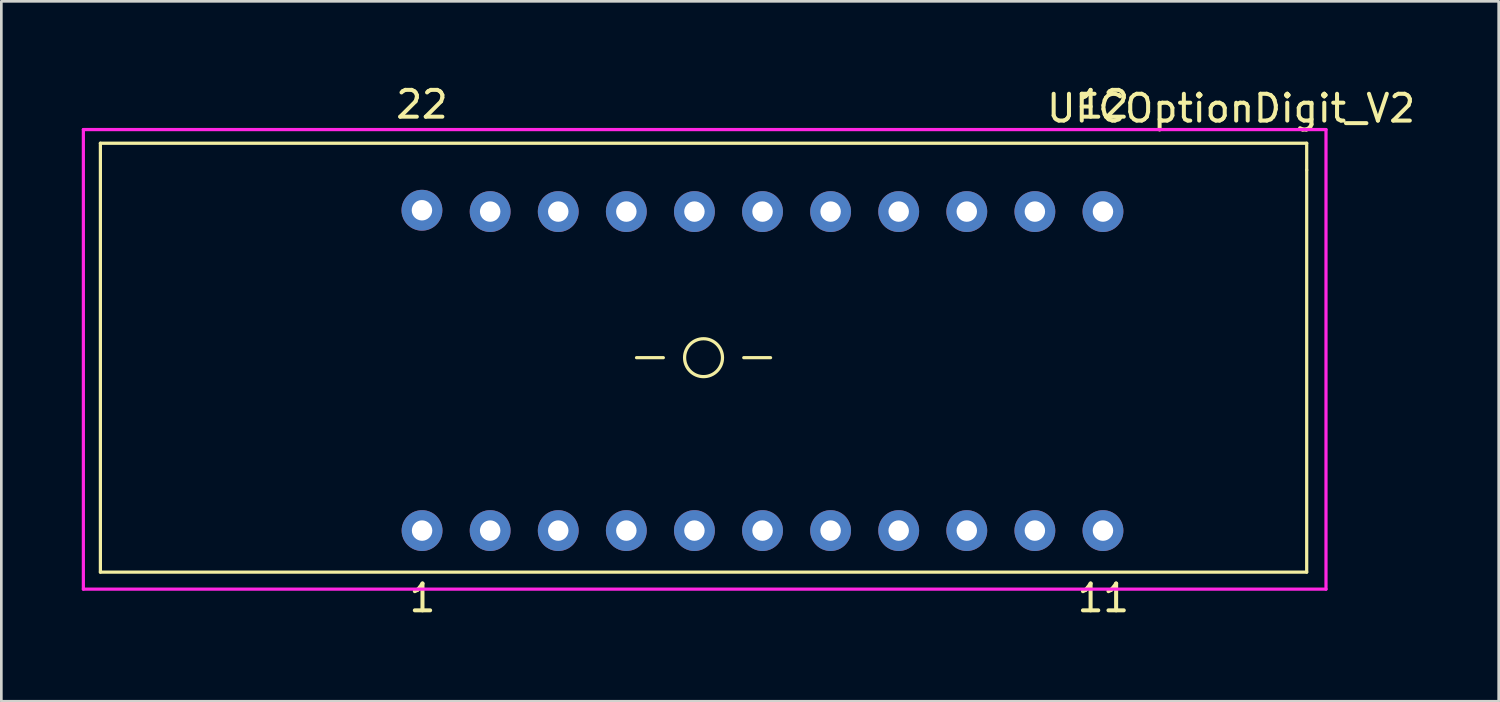
<source format=kicad_pcb>
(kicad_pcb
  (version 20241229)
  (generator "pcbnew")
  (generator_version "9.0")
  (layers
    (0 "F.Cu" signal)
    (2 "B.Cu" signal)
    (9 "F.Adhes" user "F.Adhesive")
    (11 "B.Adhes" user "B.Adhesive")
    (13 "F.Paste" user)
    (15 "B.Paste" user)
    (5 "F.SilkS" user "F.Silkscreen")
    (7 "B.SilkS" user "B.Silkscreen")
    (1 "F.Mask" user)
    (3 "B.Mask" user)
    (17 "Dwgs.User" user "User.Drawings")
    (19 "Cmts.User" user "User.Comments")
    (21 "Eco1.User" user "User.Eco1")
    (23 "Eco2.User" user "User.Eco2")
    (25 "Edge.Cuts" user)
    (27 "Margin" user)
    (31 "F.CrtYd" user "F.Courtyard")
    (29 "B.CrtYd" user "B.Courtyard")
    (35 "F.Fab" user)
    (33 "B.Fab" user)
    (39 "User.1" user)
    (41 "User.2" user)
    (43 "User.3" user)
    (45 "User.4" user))
  (footprint "UFCOptionDigit_V2"
    (layer "F.Cu")
    (at 23.19 10.293)
    (property "Reference" "UFCOptionDigit_V2" (at 19.685 -9.3 0) (layer "F.SilkS") (effects (font (size 1 1) (thickness 0.15))))
    (attr through_hole)
    (fp_line (start -22.495 -8) (end -22.495 8) (stroke (width 0.12) (type solid)) (layer "F.SilkS"))
    (fp_line (start -22.495 8) (end 22.505 8) (stroke (width 0.12) (type solid)) (layer "F.SilkS"))
    (fp_line (start -1.495 0) (end -2.495 0) (stroke (width 0.12) (type solid)) (layer "F.SilkS"))
    (fp_line (start 1.505 0) (end 2.505 0) (stroke (width 0.12) (type solid)) (layer "F.SilkS"))
    (fp_line (start 22.505 -8) (end -22.495 -8) (stroke (width 0.12) (type solid)) (layer "F.SilkS"))
    (fp_line (start 22.505 -7) (end 22.505 -8) (stroke (width 0.12) (type solid)) (layer "F.SilkS"))
    (fp_line (start 22.505 8) (end 22.505 -7) (stroke (width 0.12) (type solid)) (layer "F.SilkS"))
    (fp_circle (center 0.005 0) (end 0.712 0) (stroke (width 0.12) (type solid)) (fill no) (layer "F.SilkS"))
    (fp_line (start -22.498 -8.004) (end -22.498 7.996) (stroke (width 0.05) (type solid)) (layer "Eco1.User"))
    (fp_line (start -22.498 -8.004) (end -22.498 7.996) (stroke (width 0.05) (type solid)) (layer "Eco1.User"))
    (fp_line (start -22.498 -8.004) (end 22.502 -8.004) (stroke (width 0.05) (type solid)) (layer "Eco1.User"))
    (fp_line (start -22.498 7.996) (end -22.498 -8.004) (stroke (width 0.05) (type solid)) (layer "Eco1.User"))
    (fp_line (start -22.498 7.996) (end 22.502 7.996) (stroke (width 0.05) (type solid)) (layer "Eco1.User"))
    (fp_line (start -22.498 7.996) (end 22.502 7.996) (stroke (width 0.05) (type solid)) (layer "Eco1.User"))
    (fp_line (start 22.502 -8.004) (end -22.498 -8.004) (stroke (width 0.05) (type solid)) (layer "Eco1.User"))
    (fp_line (start 22.502 -8.004) (end -22.498 -8.004) (stroke (width 0.05) (type solid)) (layer "Eco1.User"))
    (fp_line (start 22.502 -8.004) (end 22.502 7.996) (stroke (width 0.05) (type solid)) (layer "Eco1.User"))
    (fp_line (start 22.502 7.996) (end -22.498 7.996) (stroke (width 0.05) (type solid)) (layer "Eco1.User"))
    (fp_line (start 22.502 7.996) (end 22.502 -8.004) (stroke (width 0.05) (type solid)) (layer "Eco1.User"))
    (fp_line (start 22.502 7.996) (end 22.502 -8.004) (stroke (width 0.05) (type solid)) (layer "Eco1.User"))
    (fp_circle (center -20.256 1.058) (end -20.656 1.058) (stroke (width 0.05) (type solid)) (fill no) (layer "Eco1.User"))
    (fp_circle (center -20.256 1.058) (end -20.656 1.058) (stroke (width 0.05) (type solid)) (fill no) (layer "Eco1.User"))
    (fp_circle (center -20.252 -0.965) (end -20.652 -0.965) (stroke (width 0.05) (type solid)) (fill no) (layer "Eco1.User"))
    (fp_circle (center -20.252 -0.965) (end -20.652 -0.965) (stroke (width 0.05) (type solid)) (fill no) (layer "Eco1.User"))
    (fp_circle (center -20.252 2.435) (end -20.652 2.435) (stroke (width 0.05) (type solid)) (fill no) (layer "Eco1.User"))
    (fp_circle (center -20.252 2.435) (end -20.652 2.435) (stroke (width 0.05) (type solid)) (fill no) (layer "Eco1.User"))
    (fp_circle (center -20.252 3.635) (end -20.652 3.635) (stroke (width 0.05) (type solid)) (fill no) (layer "Eco1.User"))
    (fp_circle (center -20.252 3.635) (end -20.652 3.635) (stroke (width 0.05) (type solid)) (fill no) (layer "Eco1.User"))
    (fp_circle (center -20.251 -2.262) (end -20.651 -2.262) (stroke (width 0.05) (type solid)) (fill no) (layer "Eco1.User"))
    (fp_circle (center -20.251 -2.262) (end -20.651 -2.262) (stroke (width 0.05) (type solid)) (fill no) (layer "Eco1.User"))
    (fp_circle (center -20.236 -3.575) (end -20.636 -3.575) (stroke (width 0.05) (type solid)) (fill no) (layer "Eco1.User"))
    (fp_circle (center -20.236 -3.575) (end -20.636 -3.575) (stroke (width 0.05) (type solid)) (fill no) (layer "Eco1.User"))
    (fp_circle (center -17.956 1.058) (end -18.356 1.058) (stroke (width 0.05) (type solid)) (fill no) (layer "Eco1.User"))
    (fp_circle (center -17.956 1.058) (end -18.356 1.058) (stroke (width 0.05) (type solid)) (fill no) (layer "Eco1.User"))
    (fp_circle (center -17.952 -0.965) (end -18.352 -0.965) (stroke (width 0.05) (type solid)) (fill no) (layer "Eco1.User"))
    (fp_circle (center -17.952 -0.965) (end -18.352 -0.965) (stroke (width 0.05) (type solid)) (fill no) (layer "Eco1.User"))
    (fp_circle (center -17.952 2.435) (end -18.352 2.435) (stroke (width 0.05) (type solid)) (fill no) (layer "Eco1.User"))
    (fp_circle (center -17.952 2.435) (end -18.352 2.435) (stroke (width 0.05) (type solid)) (fill no) (layer "Eco1.User"))
    (fp_circle (center -17.952 3.635) (end -18.352 3.635) (stroke (width 0.05) (type solid)) (fill no) (layer "Eco1.User"))
    (fp_circle (center -17.952 3.635) (end -18.352 3.635) (stroke (width 0.05) (type solid)) (fill no) (layer "Eco1.User"))
    (fp_circle (center -17.951 -2.262) (end -18.351 -2.262) (stroke (width 0.05) (type solid)) (fill no) (layer "Eco1.User"))
    (fp_circle (center -17.951 -2.262) (end -18.351 -2.262) (stroke (width 0.05) (type solid)) (fill no) (layer "Eco1.User"))
    (fp_circle (center -17.936 -3.575) (end -18.336 -3.575) (stroke (width 0.05) (type solid)) (fill no) (layer "Eco1.User"))
    (fp_circle (center -17.936 -3.575) (end -18.336 -3.575) (stroke (width 0.05) (type solid)) (fill no) (layer "Eco1.User"))
    (fp_circle (center -16.987 4.725) (end -17.387 4.725) (stroke (width 0.05) (type solid)) (fill no) (layer "Eco1.User"))
    (fp_circle (center -16.987 4.725) (end -17.387 4.725) (stroke (width 0.05) (type solid)) (fill no) (layer "Eco1.User"))
    (fp_circle (center -16.981 -4.616) (end -17.381 -4.616) (stroke (width 0.05) (type solid)) (fill no) (layer "Eco1.User"))
    (fp_circle (center -16.981 -4.616) (end -17.381 -4.616) (stroke (width 0.05) (type solid)) (fill no) (layer "Eco1.User"))
    (fp_circle (center -16.969 -0.003) (end -17.369 -0.003) (stroke (width 0.05) (type solid)) (fill no) (layer "Eco1.User"))
    (fp_circle (center -16.969 -0.003) (end -17.369 -0.003) (stroke (width 0.05) (type solid)) (fill no) (layer "Eco1.User"))
    (fp_circle (center -16.416 2.801) (end -16.816 2.801) (stroke (width 0.05) (type solid)) (fill no) (layer "Eco1.User"))
    (fp_circle (center -16.416 2.801) (end -16.816 2.801) (stroke (width 0.05) (type solid)) (fill no) (layer "Eco1.User"))
    (fp_circle (center -16.394 -2.705) (end -16.794 -2.705) (stroke (width 0.05) (type solid)) (fill no) (layer "Eco1.User"))
    (fp_circle (center -16.394 -2.705) (end -16.794 -2.705) (stroke (width 0.05) (type solid)) (fill no) (layer "Eco1.User"))
    (fp_circle (center -16.022 0.004) (end -16.422 0.004) (stroke (width 0.05) (type solid)) (fill no) (layer "Eco1.User"))
    (fp_circle (center -16.022 0.004) (end -16.422 0.004) (stroke (width 0.05) (type solid)) (fill no) (layer "Eco1.User"))
    (fp_circle (center -16.019 -4.632) (end -16.419 -4.632) (stroke (width 0.05) (type solid)) (fill no) (layer "Eco1.User"))
    (fp_circle (center -16.019 -4.632) (end -16.419 -4.632) (stroke (width 0.05) (type solid)) (fill no) (layer "Eco1.User"))
    (fp_circle (center -16.016 4.719) (end -16.416 4.719) (stroke (width 0.05) (type solid)) (fill no) (layer "Eco1.User"))
    (fp_circle (center -16.016 4.719) (end -16.416 4.719) (stroke (width 0.05) (type solid)) (fill no) (layer "Eco1.User"))
    (fp_circle (center -15.601 -1.883) (end -16.001 -1.883) (stroke (width 0.05) (type solid)) (fill no) (layer "Eco1.User"))
    (fp_circle (center -15.601 -1.883) (end -16.001 -1.883) (stroke (width 0.05) (type solid)) (fill no) (layer "Eco1.User"))
    (fp_circle (center -15.575 1.91) (end -15.975 1.91) (stroke (width 0.05) (type solid)) (fill no) (layer "Eco1.User"))
    (fp_circle (center -15.575 1.91) (end -15.975 1.91) (stroke (width 0.05) (type solid)) (fill no) (layer "Eco1.User"))
    (fp_circle (center -15.061 0.009) (end -15.461 0.009) (stroke (width 0.05) (type solid)) (fill no) (layer "Eco1.User"))
    (fp_circle (center -15.061 0.009) (end -15.461 0.009) (stroke (width 0.05) (type solid)) (fill no) (layer "Eco1.User"))
    (fp_circle (center -15.021 4.759) (end -15.421 4.759) (stroke (width 0.05) (type solid)) (fill no) (layer "Eco1.User"))
    (fp_circle (center -15.021 4.759) (end -15.421 4.759) (stroke (width 0.05) (type solid)) (fill no) (layer "Eco1.User"))
    (fp_circle (center -14.945 -4.637) (end -15.345 -4.637) (stroke (width 0.05) (type solid)) (fill no) (layer "Eco1.User"))
    (fp_circle (center -14.945 -4.637) (end -15.345 -4.637) (stroke (width 0.05) (type solid)) (fill no) (layer "Eco1.User"))
    (fp_circle (center -14.032 1.136) (end -14.432 1.136) (stroke (width 0.05) (type solid)) (fill no) (layer "Eco1.User"))
    (fp_circle (center -14.032 1.136) (end -14.432 1.136) (stroke (width 0.05) (type solid)) (fill no) (layer "Eco1.User"))
    (fp_circle (center -14.032 2.336) (end -14.432 2.336) (stroke (width 0.05) (type solid)) (fill no) (layer "Eco1.User"))
    (fp_circle (center -14.032 2.336) (end -14.432 2.336) (stroke (width 0.05) (type solid)) (fill no) (layer "Eco1.User"))
    (fp_circle (center -14.032 3.536) (end -14.432 3.536) (stroke (width 0.05) (type solid)) (fill no) (layer "Eco1.User"))
    (fp_circle (center -14.032 3.536) (end -14.432 3.536) (stroke (width 0.05) (type solid)) (fill no) (layer "Eco1.User"))
    (fp_circle (center -14 -3.531) (end -14.4 -3.531) (stroke (width 0.05) (type solid)) (fill no) (layer "Eco1.User"))
    (fp_circle (center -14 -3.531) (end -14.4 -3.531) (stroke (width 0.05) (type solid)) (fill no) (layer "Eco1.User"))
    (fp_circle (center -14 -2.331) (end -14.4 -2.331) (stroke (width 0.05) (type solid)) (fill no) (layer "Eco1.User"))
    (fp_circle (center -14 -2.331) (end -14.4 -2.331) (stroke (width 0.05) (type solid)) (fill no) (layer "Eco1.User"))
    (fp_circle (center -14 -1.131) (end -14.4 -1.131) (stroke (width 0.05) (type solid)) (fill no) (layer "Eco1.User"))
    (fp_circle (center -14 -1.131) (end -14.4 -1.131) (stroke (width 0.05) (type solid)) (fill no) (layer "Eco1.User"))
    (fp_circle (center -13.165 4.733) (end -13.565 4.733) (stroke (width 0.05) (type solid)) (fill no) (layer "Eco1.User"))
    (fp_circle (center -13.165 4.733) (end -13.565 4.733) (stroke (width 0.05) (type solid)) (fill no) (layer "Eco1.User"))
    (fp_circle (center -13.092 -4.652) (end -13.492 -4.652) (stroke (width 0.05) (type solid)) (fill no) (layer "Eco1.User"))
    (fp_circle (center -13.092 -4.652) (end -13.492 -4.652) (stroke (width 0.05) (type solid)) (fill no) (layer "Eco1.User"))
    (fp_circle (center -12.987 0.01) (end -13.387 0.01) (stroke (width 0.05) (type solid)) (fill no) (layer "Eco1.User"))
    (fp_circle (center -12.987 0.01) (end -13.387 0.01) (stroke (width 0.05) (type solid)) (fill no) (layer "Eco1.User"))
    (fp_circle (center -12.535 1.876) (end -12.935 1.876) (stroke (width 0.05) (type solid)) (fill no) (layer "Eco1.User"))
    (fp_circle (center -12.535 1.876) (end -12.935 1.876) (stroke (width 0.05) (type solid)) (fill no) (layer "Eco1.User"))
    (fp_circle (center -12.497 -1.814) (end -12.897 -1.814) (stroke (width 0.05) (type solid)) (fill no) (layer "Eco1.User"))
    (fp_circle (center -12.497 -1.814) (end -12.897 -1.814) (stroke (width 0.05) (type solid)) (fill no) (layer "Eco1.User"))
    (fp_circle (center -12.198 4.733) (end -12.598 4.733) (stroke (width 0.05) (type solid)) (fill no) (layer "Eco1.User"))
    (fp_circle (center -12.198 4.733) (end -12.598 4.733) (stroke (width 0.05) (type solid)) (fill no) (layer "Eco1.User"))
    (fp_circle (center -12.083 0.005) (end -12.483 0.005) (stroke (width 0.05) (type solid)) (fill no) (layer "Eco1.User"))
    (fp_circle (center -12.083 0.005) (end -12.483 0.005) (stroke (width 0.05) (type solid)) (fill no) (layer "Eco1.User"))
    (fp_circle (center -12.04 -4.617) (end -12.44 -4.617) (stroke (width 0.05) (type solid)) (fill no) (layer "Eco1.User"))
    (fp_circle (center -12.04 -4.617) (end -12.44 -4.617) (stroke (width 0.05) (type solid)) (fill no) (layer "Eco1.User"))
    (fp_circle (center -11.686 2.725) (end -12.086 2.725) (stroke (width 0.05) (type solid)) (fill no) (layer "Eco1.User"))
    (fp_circle (center -11.686 2.725) (end -12.086 2.725) (stroke (width 0.05) (type solid)) (fill no) (layer "Eco1.User"))
    (fp_circle (center -11.648 -2.663) (end -12.048 -2.663) (stroke (width 0.05) (type solid)) (fill no) (layer "Eco1.User"))
    (fp_circle (center -11.648 -2.663) (end -12.048 -2.663) (stroke (width 0.05) (type solid)) (fill no) (layer "Eco1.User"))
    (fp_circle (center -11.164 -0.005) (end -11.564 -0.005) (stroke (width 0.05) (type solid)) (fill no) (layer "Eco1.User"))
    (fp_circle (center -11.164 -0.005) (end -11.564 -0.005) (stroke (width 0.05) (type solid)) (fill no) (layer "Eco1.User"))
    (fp_circle (center -11.105 -4.643) (end -11.505 -4.643) (stroke (width 0.05) (type solid)) (fill no) (layer "Eco1.User"))
    (fp_circle (center -11.105 -4.643) (end -11.505 -4.643) (stroke (width 0.05) (type solid)) (fill no) (layer "Eco1.User"))
    (fp_circle (center -10.998 4.733) (end -11.398 4.733) (stroke (width 0.05) (type solid)) (fill no) (layer "Eco1.User"))
    (fp_circle (center -10.998 4.733) (end -11.398 4.733) (stroke (width 0.05) (type solid)) (fill no) (layer "Eco1.User"))
    (fp_circle (center -10.172 -2.258) (end -10.572 -2.258) (stroke (width 0.05) (type solid)) (fill no) (layer "Eco1.User"))
    (fp_circle (center -10.172 -2.258) (end -10.572 -2.258) (stroke (width 0.05) (type solid)) (fill no) (layer "Eco1.User"))
    (fp_circle (center -10.143 2.359) (end -10.543 2.359) (stroke (width 0.05) (type solid)) (fill no) (layer "Eco1.User"))
    (fp_circle (center -10.143 2.359) (end -10.543 2.359) (stroke (width 0.05) (type solid)) (fill no) (layer "Eco1.User"))
    (fp_circle (center -10.142 3.625) (end -10.542 3.625) (stroke (width 0.05) (type solid)) (fill no) (layer "Eco1.User"))
    (fp_circle (center -10.142 3.625) (end -10.542 3.625) (stroke (width 0.05) (type solid)) (fill no) (layer "Eco1.User"))
    (fp_circle (center -10.141 -0.969) (end -10.541 -0.969) (stroke (width 0.05) (type solid)) (fill no) (layer "Eco1.User"))
    (fp_circle (center -10.141 -0.969) (end -10.541 -0.969) (stroke (width 0.05) (type solid)) (fill no) (layer "Eco1.User"))
    (fp_circle (center -10.115 -3.594) (end -10.515 -3.594) (stroke (width 0.05) (type solid)) (fill no) (layer "Eco1.User"))
    (fp_circle (center -10.115 -3.594) (end -10.515 -3.594) (stroke (width 0.05) (type solid)) (fill no) (layer "Eco1.User"))
    (fp_circle (center -10.115 1.006) (end -10.515 1.006) (stroke (width 0.05) (type solid)) (fill no) (layer "Eco1.User"))
    (fp_circle (center -10.115 1.006) (end -10.515 1.006) (stroke (width 0.05) (type solid)) (fill no) (layer "Eco1.User"))
    (fp_circle (center -7.956 1.058) (end -8.356 1.058) (stroke (width 0.05) (type solid)) (fill no) (layer "Eco1.User"))
    (fp_circle (center -7.956 1.058) (end -8.356 1.058) (stroke (width 0.05) (type solid)) (fill no) (layer "Eco1.User"))
    (fp_circle (center -7.952 -0.965) (end -8.352 -0.965) (stroke (width 0.05) (type solid)) (fill no) (layer "Eco1.User"))
    (fp_circle (center -7.952 -0.965) (end -8.352 -0.965) (stroke (width 0.05) (type solid)) (fill no) (layer "Eco1.User"))
    (fp_circle (center -7.952 2.435) (end -8.352 2.435) (stroke (width 0.05) (type solid)) (fill no) (layer "Eco1.User"))
    (fp_circle (center -7.952 2.435) (end -8.352 2.435) (stroke (width 0.05) (type solid)) (fill no) (layer "Eco1.User"))
    (fp_circle (center -7.952 3.635) (end -8.352 3.635) (stroke (width 0.05) (type solid)) (fill no) (layer "Eco1.User"))
    (fp_circle (center -7.952 3.635) (end -8.352 3.635) (stroke (width 0.05) (type solid)) (fill no) (layer "Eco1.User"))
    (fp_circle (center -7.951 -2.262) (end -8.351 -2.262) (stroke (width 0.05) (type solid)) (fill no) (layer "Eco1.User"))
    (fp_circle (center -7.951 -2.262) (end -8.351 -2.262) (stroke (width 0.05) (type solid)) (fill no) (layer "Eco1.User"))
    (fp_circle (center -7.936 -3.575) (end -8.336 -3.575) (stroke (width 0.05) (type solid)) (fill no) (layer "Eco1.User"))
    (fp_circle (center -7.936 -3.575) (end -8.336 -3.575) (stroke (width 0.05) (type solid)) (fill no) (layer "Eco1.User"))
    (fp_circle (center -6.987 4.725) (end -7.387 4.725) (stroke (width 0.05) (type solid)) (fill no) (layer "Eco1.User"))
    (fp_circle (center -6.987 4.725) (end -7.387 4.725) (stroke (width 0.05) (type solid)) (fill no) (layer "Eco1.User"))
    (fp_circle (center -6.981 -4.616) (end -7.381 -4.616) (stroke (width 0.05) (type solid)) (fill no) (layer "Eco1.User"))
    (fp_circle (center -6.981 -4.616) (end -7.381 -4.616) (stroke (width 0.05) (type solid)) (fill no) (layer "Eco1.User"))
    (fp_circle (center -6.969 -0.003) (end -7.369 -0.003) (stroke (width 0.05) (type solid)) (fill no) (layer "Eco1.User"))
    (fp_circle (center -6.969 -0.003) (end -7.369 -0.003) (stroke (width 0.05) (type solid)) (fill no) (layer "Eco1.User"))
    (fp_circle (center -6.416 2.801) (end -6.816 2.801) (stroke (width 0.05) (type solid)) (fill no) (layer "Eco1.User"))
    (fp_circle (center -6.416 2.801) (end -6.816 2.801) (stroke (width 0.05) (type solid)) (fill no) (layer "Eco1.User"))
    (fp_circle (center -6.394 -2.705) (end -6.794 -2.705) (stroke (width 0.05) (type solid)) (fill no) (layer "Eco1.User"))
    (fp_circle (center -6.394 -2.705) (end -6.794 -2.705) (stroke (width 0.05) (type solid)) (fill no) (layer "Eco1.User"))
    (fp_circle (center -6.022 0.004) (end -6.422 0.004) (stroke (width 0.05) (type solid)) (fill no) (layer "Eco1.User"))
    (fp_circle (center -6.022 0.004) (end -6.422 0.004) (stroke (width 0.05) (type solid)) (fill no) (layer "Eco1.User"))
    (fp_circle (center -6.019 -4.632) (end -6.419 -4.632) (stroke (width 0.05) (type solid)) (fill no) (layer "Eco1.User"))
    (fp_circle (center -6.019 -4.632) (end -6.419 -4.632) (stroke (width 0.05) (type solid)) (fill no) (layer "Eco1.User"))
    (fp_circle (center -6.016 4.719) (end -6.416 4.719) (stroke (width 0.05) (type solid)) (fill no) (layer "Eco1.User"))
    (fp_circle (center -6.016 4.719) (end -6.416 4.719) (stroke (width 0.05) (type solid)) (fill no) (layer "Eco1.User"))
    (fp_circle (center -5.601 -1.883) (end -6.001 -1.883) (stroke (width 0.05) (type solid)) (fill no) (layer "Eco1.User"))
    (fp_circle (center -5.601 -1.883) (end -6.001 -1.883) (stroke (width 0.05) (type solid)) (fill no) (layer "Eco1.User"))
    (fp_circle (center -5.575 1.91) (end -5.975 1.91) (stroke (width 0.05) (type solid)) (fill no) (layer "Eco1.User"))
    (fp_circle (center -5.575 1.91) (end -5.975 1.91) (stroke (width 0.05) (type solid)) (fill no) (layer "Eco1.User"))
    (fp_circle (center -5.061 0.009) (end -5.461 0.009) (stroke (width 0.05) (type solid)) (fill no) (layer "Eco1.User"))
    (fp_circle (center -5.061 0.009) (end -5.461 0.009) (stroke (width 0.05) (type solid)) (fill no) (layer "Eco1.User"))
    (fp_circle (center -5.021 4.759) (end -5.421 4.759) (stroke (width 0.05) (type solid)) (fill no) (layer "Eco1.User"))
    (fp_circle (center -5.021 4.759) (end -5.421 4.759) (stroke (width 0.05) (type solid)) (fill no) (layer "Eco1.User"))
    (fp_circle (center -4.945 -4.637) (end -5.345 -4.637) (stroke (width 0.05) (type solid)) (fill no) (layer "Eco1.User"))
    (fp_circle (center -4.945 -4.637) (end -5.345 -4.637) (stroke (width 0.05) (type solid)) (fill no) (layer "Eco1.User"))
    (fp_circle (center -4.032 1.136) (end -4.432 1.136) (stroke (width 0.05) (type solid)) (fill no) (layer "Eco1.User"))
    (fp_circle (center -4.032 1.136) (end -4.432 1.136) (stroke (width 0.05) (type solid)) (fill no) (layer "Eco1.User"))
    (fp_circle (center -4.032 2.336) (end -4.432 2.336) (stroke (width 0.05) (type solid)) (fill no) (layer "Eco1.User"))
    (fp_circle (center -4.032 2.336) (end -4.432 2.336) (stroke (width 0.05) (type solid)) (fill no) (layer "Eco1.User"))
    (fp_circle (center -4.032 3.536) (end -4.432 3.536) (stroke (width 0.05) (type solid)) (fill no) (layer "Eco1.User"))
    (fp_circle (center -4.032 3.536) (end -4.432 3.536) (stroke (width 0.05) (type solid)) (fill no) (layer "Eco1.User"))
    (fp_circle (center -4 -3.531) (end -4.4 -3.531) (stroke (width 0.05) (type solid)) (fill no) (layer "Eco1.User"))
    (fp_circle (center -4 -3.531) (end -4.4 -3.531) (stroke (width 0.05) (type solid)) (fill no) (layer "Eco1.User"))
    (fp_circle (center -4 -2.331) (end -4.4 -2.331) (stroke (width 0.05) (type solid)) (fill no) (layer "Eco1.User"))
    (fp_circle (center -4 -2.331) (end -4.4 -2.331) (stroke (width 0.05) (type solid)) (fill no) (layer "Eco1.User"))
    (fp_circle (center -4 -1.131) (end -4.4 -1.131) (stroke (width 0.05) (type solid)) (fill no) (layer "Eco1.User"))
    (fp_circle (center -4 -1.131) (end -4.4 -1.131) (stroke (width 0.05) (type solid)) (fill no) (layer "Eco1.User"))
    (fp_circle (center -3.165 4.733) (end -3.565 4.733) (stroke (width 0.05) (type solid)) (fill no) (layer "Eco1.User"))
    (fp_circle (center -3.165 4.733) (end -3.565 4.733) (stroke (width 0.05) (type solid)) (fill no) (layer "Eco1.User"))
    (fp_circle (center -3.092 -4.652) (end -3.492 -4.652) (stroke (width 0.05) (type solid)) (fill no) (layer "Eco1.User"))
    (fp_circle (center -3.092 -4.652) (end -3.492 -4.652) (stroke (width 0.05) (type solid)) (fill no) (layer "Eco1.User"))
    (fp_circle (center -2.987 0.01) (end -3.387 0.01) (stroke (width 0.05) (type solid)) (fill no) (layer "Eco1.User"))
    (fp_circle (center -2.987 0.01) (end -3.387 0.01) (stroke (width 0.05) (type solid)) (fill no) (layer "Eco1.User"))
    (fp_circle (center -2.535 1.876) (end -2.935 1.876) (stroke (width 0.05) (type solid)) (fill no) (layer "Eco1.User"))
    (fp_circle (center -2.535 1.876) (end -2.935 1.876) (stroke (width 0.05) (type solid)) (fill no) (layer "Eco1.User"))
    (fp_circle (center -2.497 -1.814) (end -2.897 -1.814) (stroke (width 0.05) (type solid)) (fill no) (layer "Eco1.User"))
    (fp_circle (center -2.497 -1.814) (end -2.897 -1.814) (stroke (width 0.05) (type solid)) (fill no) (layer "Eco1.User"))
    (fp_circle (center -2.198 4.733) (end -2.598 4.733) (stroke (width 0.05) (type solid)) (fill no) (layer "Eco1.User"))
    (fp_circle (center -2.198 4.733) (end -2.598 4.733) (stroke (width 0.05) (type solid)) (fill no) (layer "Eco1.User"))
    (fp_circle (center -2.083 0.005) (end -2.483 0.005) (stroke (width 0.05) (type solid)) (fill no) (layer "Eco1.User"))
    (fp_circle (center -2.083 0.005) (end -2.483 0.005) (stroke (width 0.05) (type solid)) (fill no) (layer "Eco1.User"))
    (fp_circle (center -2.04 -4.617) (end -2.44 -4.617) (stroke (width 0.05) (type solid)) (fill no) (layer "Eco1.User"))
    (fp_circle (center -2.04 -4.617) (end -2.44 -4.617) (stroke (width 0.05) (type solid)) (fill no) (layer "Eco1.User"))
    (fp_circle (center -1.686 2.725) (end -2.086 2.725) (stroke (width 0.05) (type solid)) (fill no) (layer "Eco1.User"))
    (fp_circle (center -1.686 2.725) (end -2.086 2.725) (stroke (width 0.05) (type solid)) (fill no) (layer "Eco1.User"))
    (fp_circle (center -1.648 -2.663) (end -2.048 -2.663) (stroke (width 0.05) (type solid)) (fill no) (layer "Eco1.User"))
    (fp_circle (center -1.648 -2.663) (end -2.048 -2.663) (stroke (width 0.05) (type solid)) (fill no) (layer "Eco1.User"))
    (fp_circle (center -1.164 -0.005) (end -1.564 -0.005) (stroke (width 0.05) (type solid)) (fill no) (layer "Eco1.User"))
    (fp_circle (center -1.164 -0.005) (end -1.564 -0.005) (stroke (width 0.05) (type solid)) (fill no) (layer "Eco1.User"))
    (fp_circle (center -1.105 -4.643) (end -1.505 -4.643) (stroke (width 0.05) (type solid)) (fill no) (layer "Eco1.User"))
    (fp_circle (center -1.105 -4.643) (end -1.505 -4.643) (stroke (width 0.05) (type solid)) (fill no) (layer "Eco1.User"))
    (fp_circle (center -0.998 4.733) (end -1.398 4.733) (stroke (width 0.05) (type solid)) (fill no) (layer "Eco1.User"))
    (fp_circle (center -0.998 4.733) (end -1.398 4.733) (stroke (width 0.05) (type solid)) (fill no) (layer "Eco1.User"))
    (fp_circle (center -0.172 -2.258) (end -0.572 -2.258) (stroke (width 0.05) (type solid)) (fill no) (layer "Eco1.User"))
    (fp_circle (center -0.172 -2.258) (end -0.572 -2.258) (stroke (width 0.05) (type solid)) (fill no) (layer "Eco1.User"))
    (fp_circle (center -0.143 2.359) (end -0.543 2.359) (stroke (width 0.05) (type solid)) (fill no) (layer "Eco1.User"))
    (fp_circle (center -0.143 2.359) (end -0.543 2.359) (stroke (width 0.05) (type solid)) (fill no) (layer "Eco1.User"))
    (fp_circle (center -0.142 3.625) (end -0.542 3.625) (stroke (width 0.05) (type solid)) (fill no) (layer "Eco1.User"))
    (fp_circle (center -0.142 3.625) (end -0.542 3.625) (stroke (width 0.05) (type solid)) (fill no) (layer "Eco1.User"))
    (fp_circle (center -0.141 -0.969) (end -0.541 -0.969) (stroke (width 0.05) (type solid)) (fill no) (layer "Eco1.User"))
    (fp_circle (center -0.141 -0.969) (end -0.541 -0.969) (stroke (width 0.05) (type solid)) (fill no) (layer "Eco1.User"))
    (fp_circle (center -0.115 -3.594) (end -0.515 -3.594) (stroke (width 0.05) (type solid)) (fill no) (layer "Eco1.User"))
    (fp_circle (center -0.115 -3.594) (end -0.515 -3.594) (stroke (width 0.05) (type solid)) (fill no) (layer "Eco1.User"))
    (fp_circle (center -0.115 1.006) (end -0.515 1.006) (stroke (width 0.05) (type solid)) (fill no) (layer "Eco1.User"))
    (fp_circle (center -0.115 1.006) (end -0.515 1.006) (stroke (width 0.05) (type solid)) (fill no) (layer "Eco1.User"))
    (fp_circle (center 0.002 -0.004) (end -0.069 -0.004) (stroke (width 0.05) (type solid)) (fill no) (layer "Eco1.User"))
    (fp_circle (center 2.044 1.058) (end 1.644 1.058) (stroke (width 0.05) (type solid)) (fill no) (layer "Eco1.User"))
    (fp_circle (center 2.044 1.058) (end 1.644 1.058) (stroke (width 0.05) (type solid)) (fill no) (layer "Eco1.User"))
    (fp_circle (center 2.048 -0.965) (end 1.648 -0.965) (stroke (width 0.05) (type solid)) (fill no) (layer "Eco1.User"))
    (fp_circle (center 2.048 -0.965) (end 1.648 -0.965) (stroke (width 0.05) (type solid)) (fill no) (layer "Eco1.User"))
    (fp_circle (center 2.048 2.435) (end 1.648 2.435) (stroke (width 0.05) (type solid)) (fill no) (layer "Eco1.User"))
    (fp_circle (center 2.048 2.435) (end 1.648 2.435) (stroke (width 0.05) (type solid)) (fill no) (layer "Eco1.User"))
    (fp_circle (center 2.048 3.635) (end 1.648 3.635) (stroke (width 0.05) (type solid)) (fill no) (layer "Eco1.User"))
    (fp_circle (center 2.048 3.635) (end 1.648 3.635) (stroke (width 0.05) (type solid)) (fill no) (layer "Eco1.User"))
    (fp_circle (center 2.049 -2.262) (end 1.649 -2.262) (stroke (width 0.05) (type solid)) (fill no) (layer "Eco1.User"))
    (fp_circle (center 2.049 -2.262) (end 1.649 -2.262) (stroke (width 0.05) (type solid)) (fill no) (layer "Eco1.User"))
    (fp_circle (center 2.064 -3.575) (end 1.664 -3.575) (stroke (width 0.05) (type solid)) (fill no) (layer "Eco1.User"))
    (fp_circle (center 2.064 -3.575) (end 1.664 -3.575) (stroke (width 0.05) (type solid)) (fill no) (layer "Eco1.User"))
    (fp_circle (center 3.013 4.725) (end 2.613 4.725) (stroke (width 0.05) (type solid)) (fill no) (layer "Eco1.User"))
    (fp_circle (center 3.013 4.725) (end 2.613 4.725) (stroke (width 0.05) (type solid)) (fill no) (layer "Eco1.User"))
    (fp_circle (center 3.019 -4.616) (end 2.619 -4.616) (stroke (width 0.05) (type solid)) (fill no) (layer "Eco1.User"))
    (fp_circle (center 3.019 -4.616) (end 2.619 -4.616) (stroke (width 0.05) (type solid)) (fill no) (layer "Eco1.User"))
    (fp_circle (center 3.031 -0.003) (end 2.631 -0.003) (stroke (width 0.05) (type solid)) (fill no) (layer "Eco1.User"))
    (fp_circle (center 3.031 -0.003) (end 2.631 -0.003) (stroke (width 0.05) (type solid)) (fill no) (layer "Eco1.User"))
    (fp_circle (center 3.584 2.801) (end 3.184 2.801) (stroke (width 0.05) (type solid)) (fill no) (layer "Eco1.User"))
    (fp_circle (center 3.584 2.801) (end 3.184 2.801) (stroke (width 0.05) (type solid)) (fill no) (layer "Eco1.User"))
    (fp_circle (center 3.606 -2.705) (end 3.206 -2.705) (stroke (width 0.05) (type solid)) (fill no) (layer "Eco1.User"))
    (fp_circle (center 3.606 -2.705) (end 3.206 -2.705) (stroke (width 0.05) (type solid)) (fill no) (layer "Eco1.User"))
    (fp_circle (center 3.978 0.004) (end 3.578 0.004) (stroke (width 0.05) (type solid)) (fill no) (layer "Eco1.User"))
    (fp_circle (center 3.978 0.004) (end 3.578 0.004) (stroke (width 0.05) (type solid)) (fill no) (layer "Eco1.User"))
    (fp_circle (center 3.981 -4.632) (end 3.581 -4.632) (stroke (width 0.05) (type solid)) (fill no) (layer "Eco1.User"))
    (fp_circle (center 3.981 -4.632) (end 3.581 -4.632) (stroke (width 0.05) (type solid)) (fill no) (layer "Eco1.User"))
    (fp_circle (center 3.984 4.719) (end 3.584 4.719) (stroke (width 0.05) (type solid)) (fill no) (layer "Eco1.User"))
    (fp_circle (center 3.984 4.719) (end 3.584 4.719) (stroke (width 0.05) (type solid)) (fill no) (layer "Eco1.User"))
    (fp_circle (center 4.399 -1.883) (end 3.999 -1.883) (stroke (width 0.05) (type solid)) (fill no) (layer "Eco1.User"))
    (fp_circle (center 4.399 -1.883) (end 3.999 -1.883) (stroke (width 0.05) (type solid)) (fill no) (layer "Eco1.User"))
    (fp_circle (center 4.425 1.91) (end 4.025 1.91) (stroke (width 0.05) (type solid)) (fill no) (layer "Eco1.User"))
    (fp_circle (center 4.425 1.91) (end 4.025 1.91) (stroke (width 0.05) (type solid)) (fill no) (layer "Eco1.User"))
    (fp_circle (center 4.939 0.009) (end 4.539 0.009) (stroke (width 0.05) (type solid)) (fill no) (layer "Eco1.User"))
    (fp_circle (center 4.939 0.009) (end 4.539 0.009) (stroke (width 0.05) (type solid)) (fill no) (layer "Eco1.User"))
    (fp_circle (center 4.979 4.759) (end 4.579 4.759) (stroke (width 0.05) (type solid)) (fill no) (layer "Eco1.User"))
    (fp_circle (center 4.979 4.759) (end 4.579 4.759) (stroke (width 0.05) (type solid)) (fill no) (layer "Eco1.User"))
    (fp_circle (center 5.055 -4.637) (end 4.655 -4.637) (stroke (width 0.05) (type solid)) (fill no) (layer "Eco1.User"))
    (fp_circle (center 5.055 -4.637) (end 4.655 -4.637) (stroke (width 0.05) (type solid)) (fill no) (layer "Eco1.User"))
    (fp_circle (center 5.968 1.136) (end 5.568 1.136) (stroke (width 0.05) (type solid)) (fill no) (layer "Eco1.User"))
    (fp_circle (center 5.968 1.136) (end 5.568 1.136) (stroke (width 0.05) (type solid)) (fill no) (layer "Eco1.User"))
    (fp_circle (center 5.968 2.336) (end 5.568 2.336) (stroke (width 0.05) (type solid)) (fill no) (layer "Eco1.User"))
    (fp_circle (center 5.968 2.336) (end 5.568 2.336) (stroke (width 0.05) (type solid)) (fill no) (layer "Eco1.User"))
    (fp_circle (center 5.968 3.536) (end 5.568 3.536) (stroke (width 0.05) (type solid)) (fill no) (layer "Eco1.User"))
    (fp_circle (center 5.968 3.536) (end 5.568 3.536) (stroke (width 0.05) (type solid)) (fill no) (layer "Eco1.User"))
    (fp_circle (center 6 -3.531) (end 5.6 -3.531) (stroke (width 0.05) (type solid)) (fill no) (layer "Eco1.User"))
    (fp_circle (center 6 -3.531) (end 5.6 -3.531) (stroke (width 0.05) (type solid)) (fill no) (layer "Eco1.User"))
    (fp_circle (center 6 -2.331) (end 5.6 -2.331) (stroke (width 0.05) (type solid)) (fill no) (layer "Eco1.User"))
    (fp_circle (center 6 -2.331) (end 5.6 -2.331) (stroke (width 0.05) (type solid)) (fill no) (layer "Eco1.User"))
    (fp_circle (center 6 -1.131) (end 5.6 -1.131) (stroke (width 0.05) (type solid)) (fill no) (layer "Eco1.User"))
    (fp_circle (center 6 -1.131) (end 5.6 -1.131) (stroke (width 0.05) (type solid)) (fill no) (layer "Eco1.User"))
    (fp_circle (center 6.835 4.733) (end 6.435 4.733) (stroke (width 0.05) (type solid)) (fill no) (layer "Eco1.User"))
    (fp_circle (center 6.835 4.733) (end 6.435 4.733) (stroke (width 0.05) (type solid)) (fill no) (layer "Eco1.User"))
    (fp_circle (center 6.908 -4.652) (end 6.508 -4.652) (stroke (width 0.05) (type solid)) (fill no) (layer "Eco1.User"))
    (fp_circle (center 6.908 -4.652) (end 6.508 -4.652) (stroke (width 0.05) (type solid)) (fill no) (layer "Eco1.User"))
    (fp_circle (center 7.013 0.01) (end 6.613 0.01) (stroke (width 0.05) (type solid)) (fill no) (layer "Eco1.User"))
    (fp_circle (center 7.013 0.01) (end 6.613 0.01) (stroke (width 0.05) (type solid)) (fill no) (layer "Eco1.User"))
    (fp_circle (center 7.465 1.876) (end 7.065 1.876) (stroke (width 0.05) (type solid)) (fill no) (layer "Eco1.User"))
    (fp_circle (center 7.465 1.876) (end 7.065 1.876) (stroke (width 0.05) (type solid)) (fill no) (layer "Eco1.User"))
    (fp_circle (center 7.503 -1.814) (end 7.103 -1.814) (stroke (width 0.05) (type solid)) (fill no) (layer "Eco1.User"))
    (fp_circle (center 7.503 -1.814) (end 7.103 -1.814) (stroke (width 0.05) (type solid)) (fill no) (layer "Eco1.User"))
    (fp_circle (center 7.802 4.733) (end 7.402 4.733) (stroke (width 0.05) (type solid)) (fill no) (layer "Eco1.User"))
    (fp_circle (center 7.802 4.733) (end 7.402 4.733) (stroke (width 0.05) (type solid)) (fill no) (layer "Eco1.User"))
    (fp_circle (center 7.917 0.005) (end 7.517 0.005) (stroke (width 0.05) (type solid)) (fill no) (layer "Eco1.User"))
    (fp_circle (center 7.917 0.005) (end 7.517 0.005) (stroke (width 0.05) (type solid)) (fill no) (layer "Eco1.User"))
    (fp_circle (center 7.96 -4.617) (end 7.56 -4.617) (stroke (width 0.05) (type solid)) (fill no) (layer "Eco1.User"))
    (fp_circle (center 7.96 -4.617) (end 7.56 -4.617) (stroke (width 0.05) (type solid)) (fill no) (layer "Eco1.User"))
    (fp_circle (center 8.314 2.725) (end 7.914 2.725) (stroke (width 0.05) (type solid)) (fill no) (layer "Eco1.User"))
    (fp_circle (center 8.314 2.725) (end 7.914 2.725) (stroke (width 0.05) (type solid)) (fill no) (layer "Eco1.User"))
    (fp_circle (center 8.352 -2.663) (end 7.952 -2.663) (stroke (width 0.05) (type solid)) (fill no) (layer "Eco1.User"))
    (fp_circle (center 8.352 -2.663) (end 7.952 -2.663) (stroke (width 0.05) (type solid)) (fill no) (layer "Eco1.User"))
    (fp_circle (center 8.836 -0.005) (end 8.436 -0.005) (stroke (width 0.05) (type solid)) (fill no) (layer "Eco1.User"))
    (fp_circle (center 8.836 -0.005) (end 8.436 -0.005) (stroke (width 0.05) (type solid)) (fill no) (layer "Eco1.User"))
    (fp_circle (center 8.895 -4.643) (end 8.495 -4.643) (stroke (width 0.05) (type solid)) (fill no) (layer "Eco1.User"))
    (fp_circle (center 8.895 -4.643) (end 8.495 -4.643) (stroke (width 0.05) (type solid)) (fill no) (layer "Eco1.User"))
    (fp_circle (center 9.002 4.733) (end 8.602 4.733) (stroke (width 0.05) (type solid)) (fill no) (layer "Eco1.User"))
    (fp_circle (center 9.002 4.733) (end 8.602 4.733) (stroke (width 0.05) (type solid)) (fill no) (layer "Eco1.User"))
    (fp_circle (center 9.828 -2.258) (end 9.428 -2.258) (stroke (width 0.05) (type solid)) (fill no) (layer "Eco1.User"))
    (fp_circle (center 9.828 -2.258) (end 9.428 -2.258) (stroke (width 0.05) (type solid)) (fill no) (layer "Eco1.User"))
    (fp_circle (center 9.857 2.359) (end 9.457 2.359) (stroke (width 0.05) (type solid)) (fill no) (layer "Eco1.User"))
    (fp_circle (center 9.857 2.359) (end 9.457 2.359) (stroke (width 0.05) (type solid)) (fill no) (layer "Eco1.User"))
    (fp_circle (center 9.858 3.625) (end 9.458 3.625) (stroke (width 0.05) (type solid)) (fill no) (layer "Eco1.User"))
    (fp_circle (center 9.858 3.625) (end 9.458 3.625) (stroke (width 0.05) (type solid)) (fill no) (layer "Eco1.User"))
    (fp_circle (center 9.859 -0.969) (end 9.459 -0.969) (stroke (width 0.05) (type solid)) (fill no) (layer "Eco1.User"))
    (fp_circle (center 9.859 -0.969) (end 9.459 -0.969) (stroke (width 0.05) (type solid)) (fill no) (layer "Eco1.User"))
    (fp_circle (center 9.885 -3.594) (end 9.485 -3.594) (stroke (width 0.05) (type solid)) (fill no) (layer "Eco1.User"))
    (fp_circle (center 9.885 -3.594) (end 9.485 -3.594) (stroke (width 0.05) (type solid)) (fill no) (layer "Eco1.User"))
    (fp_circle (center 9.885 1.006) (end 9.485 1.006) (stroke (width 0.05) (type solid)) (fill no) (layer "Eco1.User"))
    (fp_circle (center 9.885 1.006) (end 9.485 1.006) (stroke (width 0.05) (type solid)) (fill no) (layer "Eco1.User"))
    (fp_circle (center 12.044 1.058) (end 11.644 1.058) (stroke (width 0.05) (type solid)) (fill no) (layer "Eco1.User"))
    (fp_circle (center 12.044 1.058) (end 11.644 1.058) (stroke (width 0.05) (type solid)) (fill no) (layer "Eco1.User"))
    (fp_circle (center 12.048 -0.965) (end 11.648 -0.965) (stroke (width 0.05) (type solid)) (fill no) (layer "Eco1.User"))
    (fp_circle (center 12.048 -0.965) (end 11.648 -0.965) (stroke (width 0.05) (type solid)) (fill no) (layer "Eco1.User"))
    (fp_circle (center 12.048 2.435) (end 11.648 2.435) (stroke (width 0.05) (type solid)) (fill no) (layer "Eco1.User"))
    (fp_circle (center 12.048 2.435) (end 11.648 2.435) (stroke (width 0.05) (type solid)) (fill no) (layer "Eco1.User"))
    (fp_circle (center 12.048 3.635) (end 11.648 3.635) (stroke (width 0.05) (type solid)) (fill no) (layer "Eco1.User"))
    (fp_circle (center 12.048 3.635) (end 11.648 3.635) (stroke (width 0.05) (type solid)) (fill no) (layer "Eco1.User"))
    (fp_circle (center 12.049 -2.262) (end 11.649 -2.262) (stroke (width 0.05) (type solid)) (fill no) (layer "Eco1.User"))
    (fp_circle (center 12.049 -2.262) (end 11.649 -2.262) (stroke (width 0.05) (type solid)) (fill no) (layer "Eco1.User"))
    (fp_circle (center 12.064 -3.575) (end 11.664 -3.575) (stroke (width 0.05) (type solid)) (fill no) (layer "Eco1.User"))
    (fp_circle (center 12.064 -3.575) (end 11.664 -3.575) (stroke (width 0.05) (type solid)) (fill no) (layer "Eco1.User"))
    (fp_circle (center 13.013 4.725) (end 12.613 4.725) (stroke (width 0.05) (type solid)) (fill no) (layer "Eco1.User"))
    (fp_circle (center 13.013 4.725) (end 12.613 4.725) (stroke (width 0.05) (type solid)) (fill no) (layer "Eco1.User"))
    (fp_circle (center 13.019 -4.616) (end 12.619 -4.616) (stroke (width 0.05) (type solid)) (fill no) (layer "Eco1.User"))
    (fp_circle (center 13.019 -4.616) (end 12.619 -4.616) (stroke (width 0.05) (type solid)) (fill no) (layer "Eco1.User"))
    (fp_circle (center 13.031 -0.003) (end 12.631 -0.003) (stroke (width 0.05) (type solid)) (fill no) (layer "Eco1.User"))
    (fp_circle (center 13.031 -0.003) (end 12.631 -0.003) (stroke (width 0.05) (type solid)) (fill no) (layer "Eco1.User"))
    (fp_circle (center 13.584 2.801) (end 13.184 2.801) (stroke (width 0.05) (type solid)) (fill no) (layer "Eco1.User"))
    (fp_circle (center 13.584 2.801) (end 13.184 2.801) (stroke (width 0.05) (type solid)) (fill no) (layer "Eco1.User"))
    (fp_circle (center 13.606 -2.705) (end 13.206 -2.705) (stroke (width 0.05) (type solid)) (fill no) (layer "Eco1.User"))
    (fp_circle (center 13.606 -2.705) (end 13.206 -2.705) (stroke (width 0.05) (type solid)) (fill no) (layer "Eco1.User"))
    (fp_circle (center 13.978 0.004) (end 13.578 0.004) (stroke (width 0.05) (type solid)) (fill no) (layer "Eco1.User"))
    (fp_circle (center 13.978 0.004) (end 13.578 0.004) (stroke (width 0.05) (type solid)) (fill no) (layer "Eco1.User"))
    (fp_circle (center 13.981 -4.632) (end 13.581 -4.632) (stroke (width 0.05) (type solid)) (fill no) (layer "Eco1.User"))
    (fp_circle (center 13.981 -4.632) (end 13.581 -4.632) (stroke (width 0.05) (type solid)) (fill no) (layer "Eco1.User"))
    (fp_circle (center 13.984 4.719) (end 13.584 4.719) (stroke (width 0.05) (type solid)) (fill no) (layer "Eco1.User"))
    (fp_circle (center 13.984 4.719) (end 13.584 4.719) (stroke (width 0.05) (type solid)) (fill no) (layer "Eco1.User"))
    (fp_circle (center 14.399 -1.883) (end 13.999 -1.883) (stroke (width 0.05) (type solid)) (fill no) (layer "Eco1.User"))
    (fp_circle (center 14.399 -1.883) (end 13.999 -1.883) (stroke (width 0.05) (type solid)) (fill no) (layer "Eco1.User"))
    (fp_circle (center 14.425 1.91) (end 14.025 1.91) (stroke (width 0.05) (type solid)) (fill no) (layer "Eco1.User"))
    (fp_circle (center 14.425 1.91) (end 14.025 1.91) (stroke (width 0.05) (type solid)) (fill no) (layer "Eco1.User"))
    (fp_circle (center 14.939 0.009) (end 14.539 0.009) (stroke (width 0.05) (type solid)) (fill no) (layer "Eco1.User"))
    (fp_circle (center 14.939 0.009) (end 14.539 0.009) (stroke (width 0.05) (type solid)) (fill no) (layer "Eco1.User"))
    (fp_circle (center 14.979 4.759) (end 14.579 4.759) (stroke (width 0.05) (type solid)) (fill no) (layer "Eco1.User"))
    (fp_circle (center 14.979 4.759) (end 14.579 4.759) (stroke (width 0.05) (type solid)) (fill no) (layer "Eco1.User"))
    (fp_circle (center 15.055 -4.637) (end 14.655 -4.637) (stroke (width 0.05) (type solid)) (fill no) (layer "Eco1.User"))
    (fp_circle (center 15.055 -4.637) (end 14.655 -4.637) (stroke (width 0.05) (type solid)) (fill no) (layer "Eco1.User"))
    (fp_circle (center 15.968 1.136) (end 15.568 1.136) (stroke (width 0.05) (type solid)) (fill no) (layer "Eco1.User"))
    (fp_circle (center 15.968 1.136) (end 15.568 1.136) (stroke (width 0.05) (type solid)) (fill no) (layer "Eco1.User"))
    (fp_circle (center 15.968 2.336) (end 15.568 2.336) (stroke (width 0.05) (type solid)) (fill no) (layer "Eco1.User"))
    (fp_circle (center 15.968 2.336) (end 15.568 2.336) (stroke (width 0.05) (type solid)) (fill no) (layer "Eco1.User"))
    (fp_circle (center 15.968 3.536) (end 15.568 3.536) (stroke (width 0.05) (type solid)) (fill no) (layer "Eco1.User"))
    (fp_circle (center 15.968 3.536) (end 15.568 3.536) (stroke (width 0.05) (type solid)) (fill no) (layer "Eco1.User"))
    (fp_circle (center 16 -3.531) (end 15.6 -3.531) (stroke (width 0.05) (type solid)) (fill no) (layer "Eco1.User"))
    (fp_circle (center 16 -3.531) (end 15.6 -3.531) (stroke (width 0.05) (type solid)) (fill no) (layer "Eco1.User"))
    (fp_circle (center 16 -2.331) (end 15.6 -2.331) (stroke (width 0.05) (type solid)) (fill no) (layer "Eco1.User"))
    (fp_circle (center 16 -2.331) (end 15.6 -2.331) (stroke (width 0.05) (type solid)) (fill no) (layer "Eco1.User"))
    (fp_circle (center 16 -1.131) (end 15.6 -1.131) (stroke (width 0.05) (type solid)) (fill no) (layer "Eco1.User"))
    (fp_circle (center 16 -1.131) (end 15.6 -1.131) (stroke (width 0.05) (type solid)) (fill no) (layer "Eco1.User"))
    (fp_circle (center 16.835 4.733) (end 16.435 4.733) (stroke (width 0.05) (type solid)) (fill no) (layer "Eco1.User"))
    (fp_circle (center 16.835 4.733) (end 16.435 4.733) (stroke (width 0.05) (type solid)) (fill no) (layer "Eco1.User"))
    (fp_circle (center 16.908 -4.652) (end 16.508 -4.652) (stroke (width 0.05) (type solid)) (fill no) (layer "Eco1.User"))
    (fp_circle (center 16.908 -4.652) (end 16.508 -4.652) (stroke (width 0.05) (type solid)) (fill no) (layer "Eco1.User"))
    (fp_circle (center 17.013 0.01) (end 16.613 0.01) (stroke (width 0.05) (type solid)) (fill no) (layer "Eco1.User"))
    (fp_circle (center 17.013 0.01) (end 16.613 0.01) (stroke (width 0.05) (type solid)) (fill no) (layer "Eco1.User"))
    (fp_circle (center 17.465 1.876) (end 17.065 1.876) (stroke (width 0.05) (type solid)) (fill no) (layer "Eco1.User"))
    (fp_circle (center 17.465 1.876) (end 17.065 1.876) (stroke (width 0.05) (type solid)) (fill no) (layer "Eco1.User"))
    (fp_circle (center 17.503 -1.814) (end 17.103 -1.814) (stroke (width 0.05) (type solid)) (fill no) (layer "Eco1.User"))
    (fp_circle (center 17.503 -1.814) (end 17.103 -1.814) (stroke (width 0.05) (type solid)) (fill no) (layer "Eco1.User"))
    (fp_circle (center 17.802 4.733) (end 17.402 4.733) (stroke (width 0.05) (type solid)) (fill no) (layer "Eco1.User"))
    (fp_circle (center 17.802 4.733) (end 17.402 4.733) (stroke (width 0.05) (type solid)) (fill no) (layer "Eco1.User"))
    (fp_circle (center 17.917 0.005) (end 17.517 0.005) (stroke (width 0.05) (type solid)) (fill no) (layer "Eco1.User"))
    (fp_circle (center 17.917 0.005) (end 17.517 0.005) (stroke (width 0.05) (type solid)) (fill no) (layer "Eco1.User"))
    (fp_circle (center 17.96 -4.617) (end 17.56 -4.617) (stroke (width 0.05) (type solid)) (fill no) (layer "Eco1.User"))
    (fp_circle (center 17.96 -4.617) (end 17.56 -4.617) (stroke (width 0.05) (type solid)) (fill no) (layer "Eco1.User"))
    (fp_circle (center 18.314 2.725) (end 17.914 2.725) (stroke (width 0.05) (type solid)) (fill no) (layer "Eco1.User"))
    (fp_circle (center 18.314 2.725) (end 17.914 2.725) (stroke (width 0.05) (type solid)) (fill no) (layer "Eco1.User"))
    (fp_circle (center 18.352 -2.663) (end 17.952 -2.663) (stroke (width 0.05) (type solid)) (fill no) (layer "Eco1.User"))
    (fp_circle (center 18.352 -2.663) (end 17.952 -2.663) (stroke (width 0.05) (type solid)) (fill no) (layer "Eco1.User"))
    (fp_circle (center 18.836 -0.005) (end 18.436 -0.005) (stroke (width 0.05) (type solid)) (fill no) (layer "Eco1.User"))
    (fp_circle (center 18.836 -0.005) (end 18.436 -0.005) (stroke (width 0.05) (type solid)) (fill no) (layer "Eco1.User"))
    (fp_circle (center 18.895 -4.643) (end 18.495 -4.643) (stroke (width 0.05) (type solid)) (fill no) (layer "Eco1.User"))
    (fp_circle (center 18.895 -4.643) (end 18.495 -4.643) (stroke (width 0.05) (type solid)) (fill no) (layer "Eco1.User"))
    (fp_circle (center 19.002 4.733) (end 18.602 4.733) (stroke (width 0.05) (type solid)) (fill no) (layer "Eco1.User"))
    (fp_circle (center 19.002 4.733) (end 18.602 4.733) (stroke (width 0.05) (type solid)) (fill no) (layer "Eco1.User"))
    (fp_circle (center 19.828 -2.258) (end 19.428 -2.258) (stroke (width 0.05) (type solid)) (fill no) (layer "Eco1.User"))
    (fp_circle (center 19.828 -2.258) (end 19.428 -2.258) (stroke (width 0.05) (type solid)) (fill no) (layer "Eco1.User"))
    (fp_circle (center 19.857 2.359) (end 19.457 2.359) (stroke (width 0.05) (type solid)) (fill no) (layer "Eco1.User"))
    (fp_circle (center 19.857 2.359) (end 19.457 2.359) (stroke (width 0.05) (type solid)) (fill no) (layer "Eco1.User"))
    (fp_circle (center 19.858 3.625) (end 19.458 3.625) (stroke (width 0.05) (type solid)) (fill no) (layer "Eco1.User"))
    (fp_circle (center 19.858 3.625) (end 19.458 3.625) (stroke (width 0.05) (type solid)) (fill no) (layer "Eco1.User"))
    (fp_circle (center 19.859 -0.969) (end 19.459 -0.969) (stroke (width 0.05) (type solid)) (fill no) (layer "Eco1.User"))
    (fp_circle (center 19.859 -0.969) (end 19.459 -0.969) (stroke (width 0.05) (type solid)) (fill no) (layer "Eco1.User"))
    (fp_circle (center 19.885 -3.594) (end 19.485 -3.594) (stroke (width 0.05) (type solid)) (fill no) (layer "Eco1.User"))
    (fp_circle (center 19.885 -3.594) (end 19.485 -3.594) (stroke (width 0.05) (type solid)) (fill no) (layer "Eco1.User"))
    (fp_circle (center 19.885 1.006) (end 19.485 1.006) (stroke (width 0.05) (type solid)) (fill no) (layer "Eco1.User"))
    (fp_circle (center 19.885 1.006) (end 19.485 1.006) (stroke (width 0.05) (type solid)) (fill no) (layer "Eco1.User"))
    (fp_line (start -23.13 -8.51) (end 23.225 -8.51) (stroke (width 0.12) (type solid)) (layer "F.CrtYd"))
    (fp_line (start -23.13 8.635) (end -23.13 -8.51) (stroke (width 0.12) (type solid)) (layer "F.CrtYd"))
    (fp_line (start 23.225 -8.51) (end 23.225 8.635) (stroke (width 0.12) (type solid)) (layer "F.CrtYd"))
    (fp_line (start 23.225 8.635) (end -23.13 8.635) (stroke (width 0.12) (type solid)) (layer "F.CrtYd"))
    (fp_text user "22" (at -10.5 -9.445 0) (layer "F.SilkS") (effects (font (size 1 1) (thickness 0.15))))
    (fp_text user "12" (at 14.92 -9.445 0) (layer "F.SilkS") (effects (font (size 1 1) (thickness 0.15))))
    (fp_text user "1" (at -10.48 8.97 0) (layer "F.SilkS") (effects (font (size 1 1) (thickness 0.15))))
    (fp_text user "11" (at 14.92 8.97 0) (layer "F.SilkS") (effects (font (size 1 1) (thickness 0.15))))
    (pad "1" thru_hole circle (at -10.495 6.45) (size 1.524 1.524) (drill 0.762) (layers "*.Cu" "*.Mask"))
    (pad "2" thru_hole circle (at -7.955 6.45) (size 1.524 1.524) (drill 0.762) (layers "*.Cu" "*.Mask"))
    (pad "3" thru_hole circle (at -5.415 6.45) (size 1.524 1.524) (drill 0.762) (layers "*.Cu" "*.Mask"))
    (pad "4" thru_hole circle (at -2.875 6.45) (size 1.524 1.524) (drill 0.762) (layers "*.Cu" "*.Mask"))
    (pad "5" thru_hole circle (at -0.335 6.45) (size 1.524 1.524) (drill 0.762) (layers "*.Cu" "*.Mask"))
    (pad "6" thru_hole circle (at 2.205 6.45) (size 1.524 1.524) (drill 0.762) (layers "*.Cu" "*.Mask"))
    (pad "7" thru_hole circle (at 4.745 6.45) (size 1.524 1.524) (drill 0.762) (layers "*.Cu" "*.Mask"))
    (pad "8" thru_hole circle (at 7.285 6.45) (size 1.524 1.524) (drill 0.762) (layers "*.Cu" "*.Mask"))
    (pad "9" thru_hole circle (at 9.825 6.45) (size 1.524 1.524) (drill 0.762) (layers "*.Cu" "*.Mask"))
    (pad "10" thru_hole circle (at 12.365 6.45) (size 1.524 1.524) (drill 0.762) (layers "*.Cu" "*.Mask"))
    (pad "11" thru_hole circle (at 14.905 6.45) (size 1.524 1.524) (drill 0.762) (layers "*.Cu" "*.Mask"))
    (pad "12" thru_hole circle (at 14.905 -5.45) (size 1.524 1.524) (drill 0.762) (layers "*.Cu" "*.Mask"))
    (pad "13" thru_hole circle (at 12.365 -5.45) (size 1.524 1.524) (drill 0.762) (layers "*.Cu" "*.Mask"))
    (pad "14" thru_hole circle (at 9.825 -5.45) (size 1.524 1.524) (drill 0.762) (layers "*.Cu" "*.Mask"))
    (pad "15" thru_hole circle (at 7.285 -5.45) (size 1.524 1.524) (drill 0.762) (layers "*.Cu" "*.Mask"))
    (pad "16" thru_hole circle (at 4.745 -5.45) (size 1.524 1.524) (drill 0.762) (layers "*.Cu" "*.Mask"))
    (pad "17" thru_hole circle (at 2.205 -5.45) (size 1.524 1.524) (drill 0.762) (layers "*.Cu" "*.Mask"))
    (pad "18" thru_hole circle (at -0.335 -5.45) (size 1.524 1.524) (drill 0.762) (layers "*.Cu" "*.Mask"))
    (pad "19" thru_hole circle (at -2.875 -5.45) (size 1.524 1.524) (drill 0.762) (layers "*.Cu" "*.Mask"))
    (pad "20" thru_hole circle (at -5.415 -5.45) (size 1.524 1.524) (drill 0.762) (layers "*.Cu" "*.Mask"))
    (pad "21" thru_hole circle (at -7.955 -5.45) (size 1.524 1.524) (drill 0.762) (layers "*.Cu" "*.Mask"))
    (pad "22" thru_hole circle (at -10.5 -5.5) (size 1.524 1.524) (drill 0.762) (layers "*.Cu" "*.Mask")))
  (gr_rect
    (start -3 -3)
    (end 52.857 23.111)
    (stroke (width 0.1) (type default))
    (fill no)
    (layer "Edge.Cuts")))
</source>
